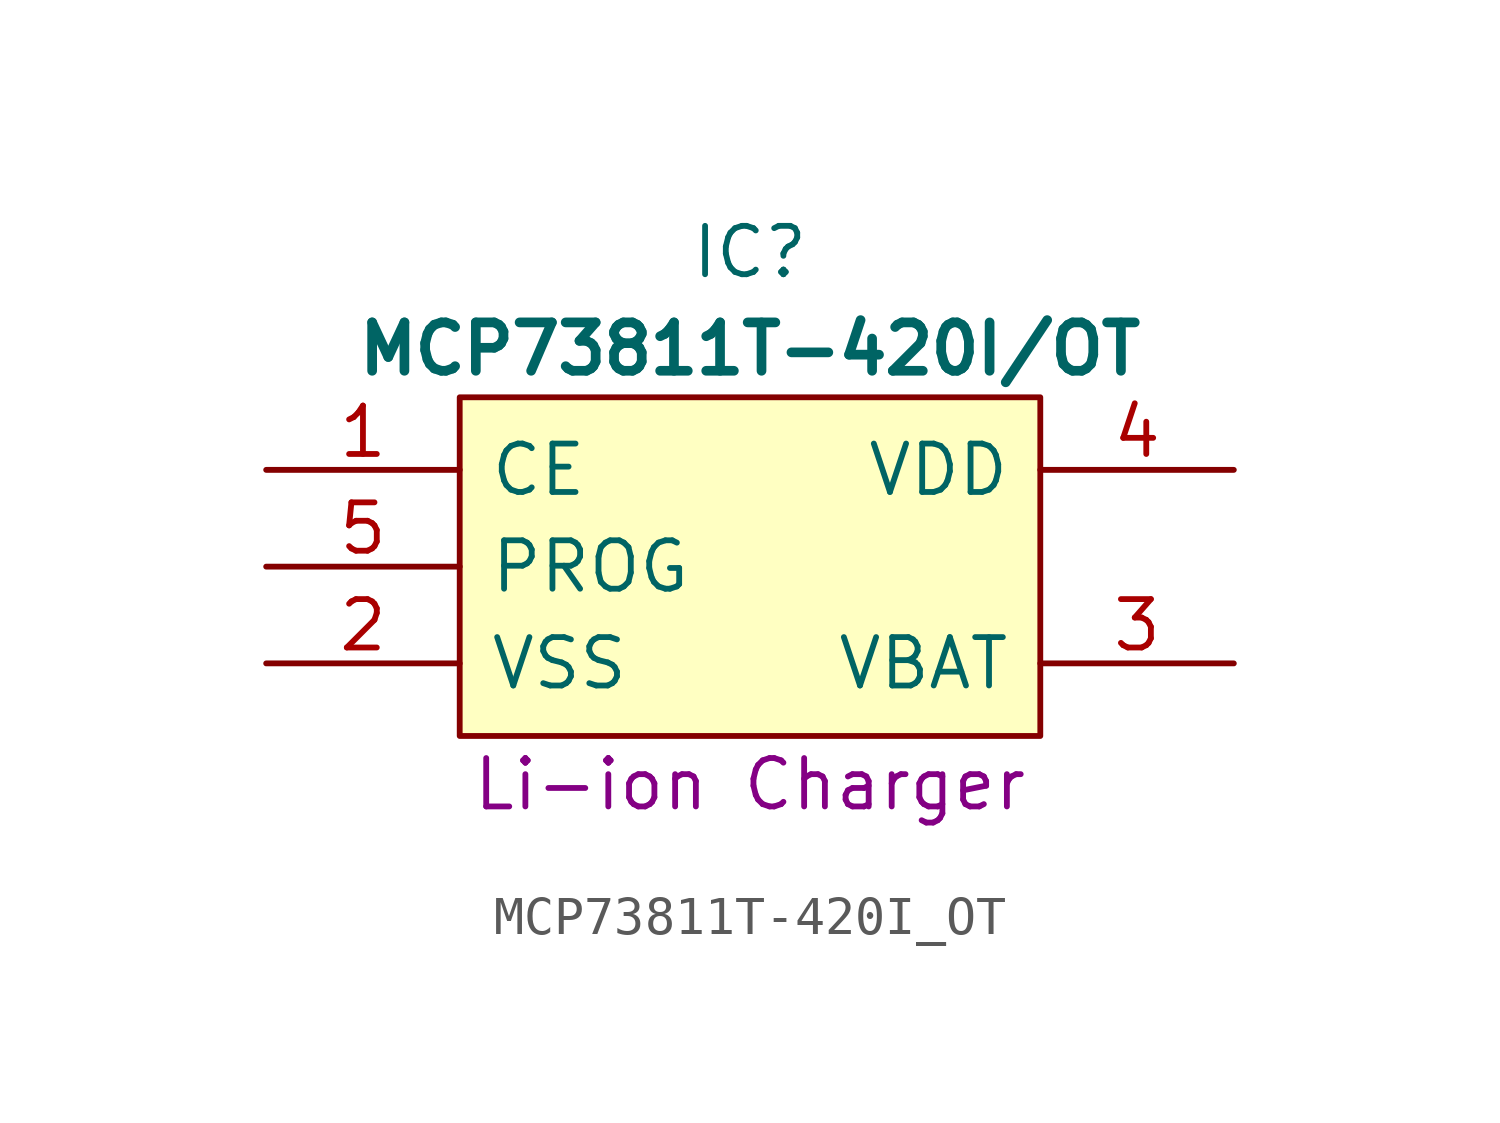
<source format=kicad_sym>
(kicad_symbol_lib
  (version 20231120)
  (generator "kicad_symbol_editor")
  (generator_version "8.0")
  (symbol "MCP73811T-420I_OT"
    (pin_names
      (offset 0.762))
    (property "Reference" "IC"
      (at 12.7 5.715 0)
      (effects (font (size 1.27 1.27))))
    (property "Value" "MCP73811T-420I/OT"
      (at 12.7 3.175 0)
      (effects (font (size 1.27 1.27) (bold yes))))
    (property "Description" "Li-ion Charger"
      (at 12.7 -8.255 0)
      (effects (font (size 1.27 1.27))))
    (symbol "MCP73811T-420I_OT_0_0"
      (pin passive line (at 0 -5.08 0) (length 5.08) (name "VSS" (effects (font (size 1.27 1.27)))) (number "2" (effects (font (size 1.27 1.27)))))
      (pin passive line (at 25.4 0 180) (length 5.08) (name "VDD" (effects (font (size 1.27 1.27)))) (number "4" (effects (font (size 1.27 1.27))))))
    (symbol "MCP73811T-420I_OT_0_1"
      (polyline (pts (xy 5.08 1.905) (xy 20.32 1.905) (xy 20.32 -6.985) (xy 5.08 -6.985) (xy 5.08 1.905)) (stroke (width 0) (type default)) (fill (type background))))
    (symbol "MCP73811T-420I_OT_1_0"
      (pin input line (at 0 0 0) (length 5.08) (name "CE" (effects (font (size 1.27 1.27)))) (number "1" (effects (font (size 1.27 1.27)))))
      (pin output line (at 25.4 -5.08 180) (length 5.08) (name "VBAT" (effects (font (size 1.27 1.27)))) (number "3" (effects (font (size 1.27 1.27)))))
      (pin input line (at 0 -2.54 0) (length 5.08) (name "PROG" (effects (font (size 1.27 1.27)))) (number "5" (effects (font (size 1.27 1.27))))))))
</source>
